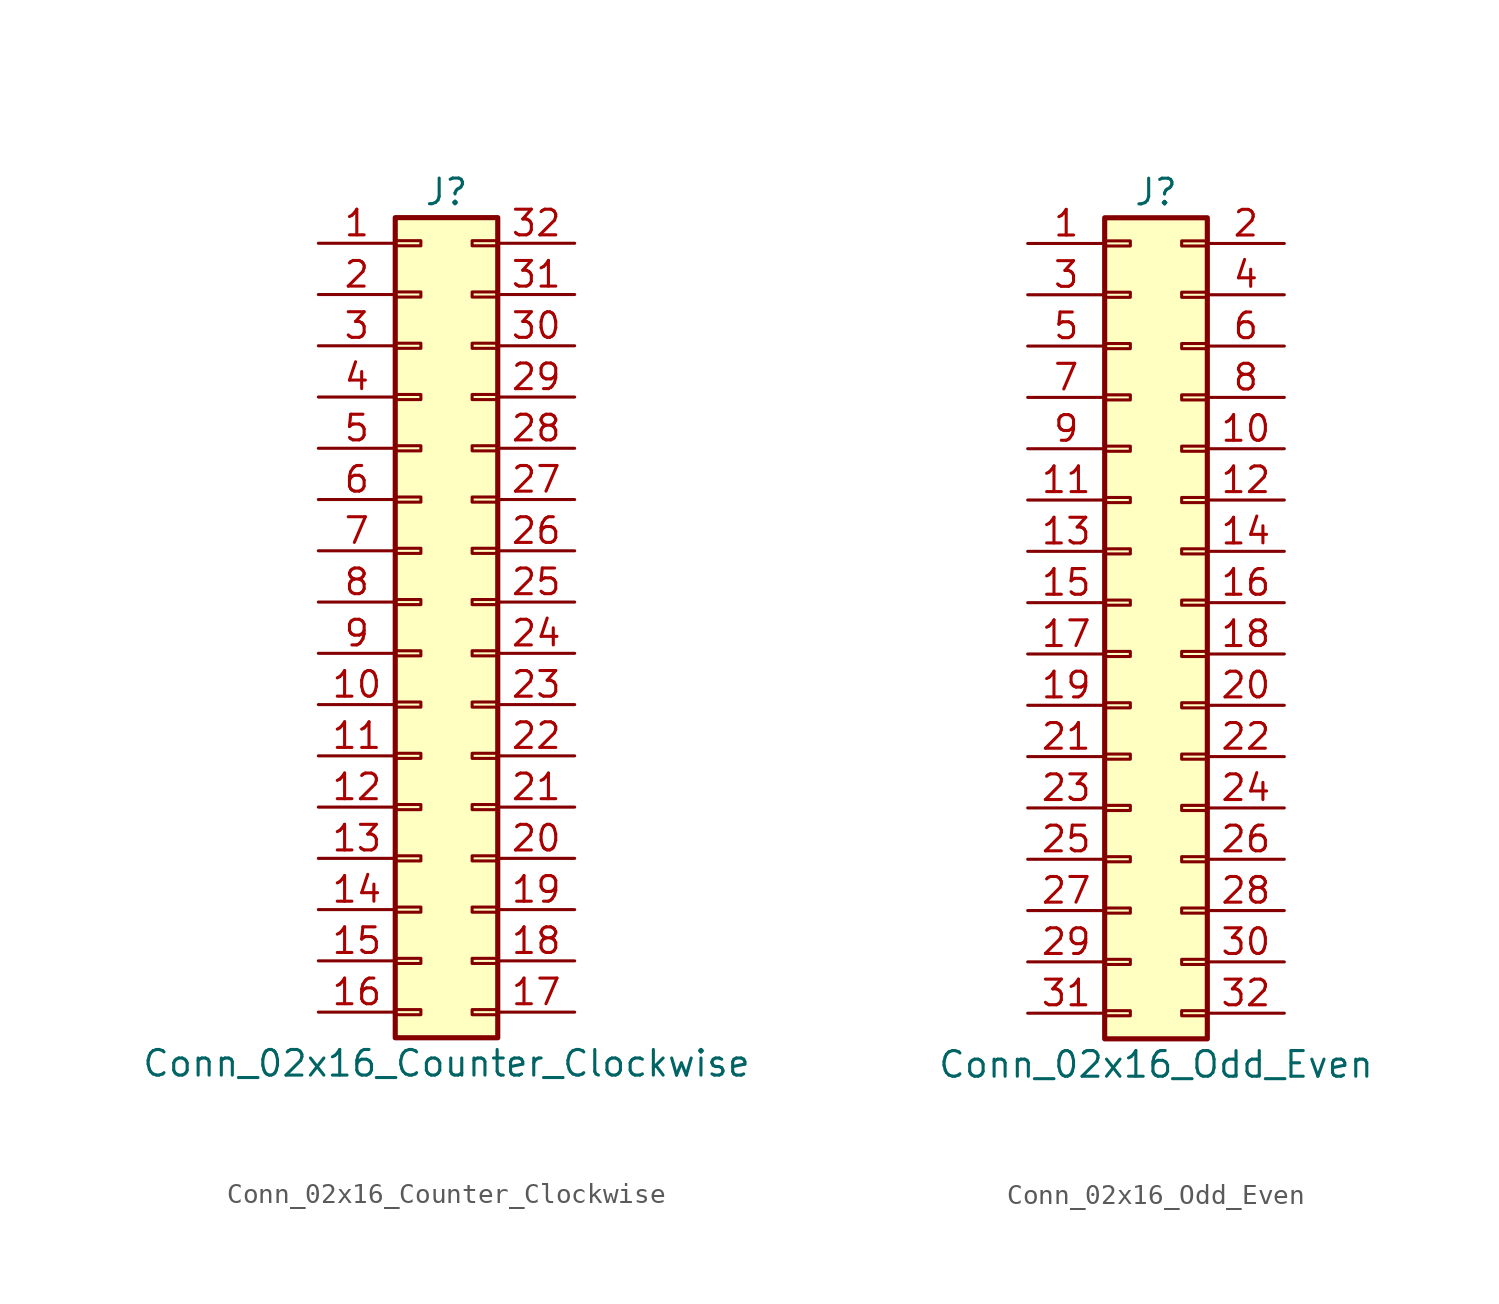
<source format=kicad_sym>
(kicad_symbol_lib
  (version 20220914)
  (generator kicad_symbol_editor)
  (symbol "Conn_02x16_Counter_Clockwise"
    (pin_names
      (offset 1.016) hide)
    (property "Reference" "J"
      (at 1.27 20.32 0)
      (effects (font (size 1.27 1.27))))
    (property "Value" "Conn_02x16_Counter_Clockwise"
      (at 1.27 -22.86 0)
      (effects (font (size 1.27 1.27))))
    (symbol "Conn_02x16_Counter_Clockwise_1_1"
      (rectangle (start -1.27 -20.193) (end 0 -20.447) (stroke (width 0.152) (type solid)) (fill (type none)))
      (rectangle (start -1.27 -17.653) (end 0 -17.907) (stroke (width 0.152) (type solid)) (fill (type none)))
      (rectangle (start -1.27 -15.113) (end 0 -15.367) (stroke (width 0.152) (type solid)) (fill (type none)))
      (rectangle (start -1.27 -12.573) (end 0 -12.827) (stroke (width 0.152) (type solid)) (fill (type none)))
      (rectangle (start -1.27 -10.033) (end 0 -10.287) (stroke (width 0.152) (type solid)) (fill (type none)))
      (rectangle (start -1.27 -7.493) (end 0 -7.747) (stroke (width 0.152) (type solid)) (fill (type none)))
      (rectangle (start -1.27 -4.953) (end 0 -5.207) (stroke (width 0.152) (type solid)) (fill (type none)))
      (rectangle (start -1.27 -2.413) (end 0 -2.667) (stroke (width 0.152) (type solid)) (fill (type none)))
      (rectangle (start -1.27 0.127) (end 0 -0.127) (stroke (width 0.152) (type solid)) (fill (type none)))
      (rectangle (start -1.27 2.667) (end 0 2.413) (stroke (width 0.152) (type solid)) (fill (type none)))
      (rectangle (start -1.27 5.207) (end 0 4.953) (stroke (width 0.152) (type solid)) (fill (type none)))
      (rectangle (start -1.27 7.747) (end 0 7.493) (stroke (width 0.152) (type solid)) (fill (type none)))
      (rectangle (start -1.27 10.287) (end 0 10.033) (stroke (width 0.152) (type solid)) (fill (type none)))
      (rectangle (start -1.27 12.827) (end 0 12.573) (stroke (width 0.152) (type solid)) (fill (type none)))
      (rectangle (start -1.27 15.367) (end 0 15.113) (stroke (width 0.152) (type solid)) (fill (type none)))
      (rectangle (start -1.27 17.907) (end 0 17.653) (stroke (width 0.152) (type solid)) (fill (type none)))
      (rectangle (start -1.27 19.05) (end 3.81 -21.59) (stroke (width 0.254) (type solid)) (fill (type background)))
      (rectangle (start 3.81 -20.193) (end 2.54 -20.447) (stroke (width 0.152) (type solid)) (fill (type none)))
      (rectangle (start 3.81 -17.653) (end 2.54 -17.907) (stroke (width 0.152) (type solid)) (fill (type none)))
      (rectangle (start 3.81 -15.113) (end 2.54 -15.367) (stroke (width 0.152) (type solid)) (fill (type none)))
      (rectangle (start 3.81 -12.573) (end 2.54 -12.827) (stroke (width 0.152) (type solid)) (fill (type none)))
      (rectangle (start 3.81 -10.033) (end 2.54 -10.287) (stroke (width 0.152) (type solid)) (fill (type none)))
      (rectangle (start 3.81 -7.493) (end 2.54 -7.747) (stroke (width 0.152) (type solid)) (fill (type none)))
      (rectangle (start 3.81 -4.953) (end 2.54 -5.207) (stroke (width 0.152) (type solid)) (fill (type none)))
      (rectangle (start 3.81 -2.413) (end 2.54 -2.667) (stroke (width 0.152) (type solid)) (fill (type none)))
      (rectangle (start 3.81 0.127) (end 2.54 -0.127) (stroke (width 0.152) (type solid)) (fill (type none)))
      (rectangle (start 3.81 2.667) (end 2.54 2.413) (stroke (width 0.152) (type solid)) (fill (type none)))
      (rectangle (start 3.81 5.207) (end 2.54 4.953) (stroke (width 0.152) (type solid)) (fill (type none)))
      (rectangle (start 3.81 7.747) (end 2.54 7.493) (stroke (width 0.152) (type solid)) (fill (type none)))
      (rectangle (start 3.81 10.287) (end 2.54 10.033) (stroke (width 0.152) (type solid)) (fill (type none)))
      (rectangle (start 3.81 12.827) (end 2.54 12.573) (stroke (width 0.152) (type solid)) (fill (type none)))
      (rectangle (start 3.81 15.367) (end 2.54 15.113) (stroke (width 0.152) (type solid)) (fill (type none)))
      (rectangle (start 3.81 17.907) (end 2.54 17.653) (stroke (width 0.152) (type solid)) (fill (type none)))
      (pin passive line (at -5.08 17.78 0) (length 3.81) (name "Pin_1" (effects (font (size 1.27 1.27)))) (number "1" (effects (font (size 1.27 1.27)))))
      (pin passive line (at -5.08 -5.08 0) (length 3.81) (name "Pin_10" (effects (font (size 1.27 1.27)))) (number "10" (effects (font (size 1.27 1.27)))))
      (pin passive line (at -5.08 -7.62 0) (length 3.81) (name "Pin_11" (effects (font (size 1.27 1.27)))) (number "11" (effects (font (size 1.27 1.27)))))
      (pin passive line (at -5.08 -10.16 0) (length 3.81) (name "Pin_12" (effects (font (size 1.27 1.27)))) (number "12" (effects (font (size 1.27 1.27)))))
      (pin passive line (at -5.08 -12.7 0) (length 3.81) (name "Pin_13" (effects (font (size 1.27 1.27)))) (number "13" (effects (font (size 1.27 1.27)))))
      (pin passive line (at -5.08 -15.24 0) (length 3.81) (name "Pin_14" (effects (font (size 1.27 1.27)))) (number "14" (effects (font (size 1.27 1.27)))))
      (pin passive line (at -5.08 -17.78 0) (length 3.81) (name "Pin_15" (effects (font (size 1.27 1.27)))) (number "15" (effects (font (size 1.27 1.27)))))
      (pin passive line (at -5.08 -20.32 0) (length 3.81) (name "Pin_16" (effects (font (size 1.27 1.27)))) (number "16" (effects (font (size 1.27 1.27)))))
      (pin passive line (at 7.62 -20.32 180) (length 3.81) (name "Pin_17" (effects (font (size 1.27 1.27)))) (number "17" (effects (font (size 1.27 1.27)))))
      (pin passive line (at 7.62 -17.78 180) (length 3.81) (name "Pin_18" (effects (font (size 1.27 1.27)))) (number "18" (effects (font (size 1.27 1.27)))))
      (pin passive line (at 7.62 -15.24 180) (length 3.81) (name "Pin_19" (effects (font (size 1.27 1.27)))) (number "19" (effects (font (size 1.27 1.27)))))
      (pin passive line (at -5.08 15.24 0) (length 3.81) (name "Pin_2" (effects (font (size 1.27 1.27)))) (number "2" (effects (font (size 1.27 1.27)))))
      (pin passive line (at 7.62 -12.7 180) (length 3.81) (name "Pin_20" (effects (font (size 1.27 1.27)))) (number "20" (effects (font (size 1.27 1.27)))))
      (pin passive line (at 7.62 -10.16 180) (length 3.81) (name "Pin_21" (effects (font (size 1.27 1.27)))) (number "21" (effects (font (size 1.27 1.27)))))
      (pin passive line (at 7.62 -7.62 180) (length 3.81) (name "Pin_22" (effects (font (size 1.27 1.27)))) (number "22" (effects (font (size 1.27 1.27)))))
      (pin passive line (at 7.62 -5.08 180) (length 3.81) (name "Pin_23" (effects (font (size 1.27 1.27)))) (number "23" (effects (font (size 1.27 1.27)))))
      (pin passive line (at 7.62 -2.54 180) (length 3.81) (name "Pin_24" (effects (font (size 1.27 1.27)))) (number "24" (effects (font (size 1.27 1.27)))))
      (pin passive line (at 7.62 0 180) (length 3.81) (name "Pin_25" (effects (font (size 1.27 1.27)))) (number "25" (effects (font (size 1.27 1.27)))))
      (pin passive line (at 7.62 2.54 180) (length 3.81) (name "Pin_26" (effects (font (size 1.27 1.27)))) (number "26" (effects (font (size 1.27 1.27)))))
      (pin passive line (at 7.62 5.08 180) (length 3.81) (name "Pin_27" (effects (font (size 1.27 1.27)))) (number "27" (effects (font (size 1.27 1.27)))))
      (pin passive line (at 7.62 7.62 180) (length 3.81) (name "Pin_28" (effects (font (size 1.27 1.27)))) (number "28" (effects (font (size 1.27 1.27)))))
      (pin passive line (at 7.62 10.16 180) (length 3.81) (name "Pin_29" (effects (font (size 1.27 1.27)))) (number "29" (effects (font (size 1.27 1.27)))))
      (pin passive line (at -5.08 12.7 0) (length 3.81) (name "Pin_3" (effects (font (size 1.27 1.27)))) (number "3" (effects (font (size 1.27 1.27)))))
      (pin passive line (at 7.62 12.7 180) (length 3.81) (name "Pin_30" (effects (font (size 1.27 1.27)))) (number "30" (effects (font (size 1.27 1.27)))))
      (pin passive line (at 7.62 15.24 180) (length 3.81) (name "Pin_31" (effects (font (size 1.27 1.27)))) (number "31" (effects (font (size 1.27 1.27)))))
      (pin passive line (at 7.62 17.78 180) (length 3.81) (name "Pin_32" (effects (font (size 1.27 1.27)))) (number "32" (effects (font (size 1.27 1.27)))))
      (pin passive line (at -5.08 10.16 0) (length 3.81) (name "Pin_4" (effects (font (size 1.27 1.27)))) (number "4" (effects (font (size 1.27 1.27)))))
      (pin passive line (at -5.08 7.62 0) (length 3.81) (name "Pin_5" (effects (font (size 1.27 1.27)))) (number "5" (effects (font (size 1.27 1.27)))))
      (pin passive line (at -5.08 5.08 0) (length 3.81) (name "Pin_6" (effects (font (size 1.27 1.27)))) (number "6" (effects (font (size 1.27 1.27)))))
      (pin passive line (at -5.08 2.54 0) (length 3.81) (name "Pin_7" (effects (font (size 1.27 1.27)))) (number "7" (effects (font (size 1.27 1.27)))))
      (pin passive line (at -5.08 0 0) (length 3.81) (name "Pin_8" (effects (font (size 1.27 1.27)))) (number "8" (effects (font (size 1.27 1.27)))))
      (pin passive line (at -5.08 -2.54 0) (length 3.81) (name "Pin_9" (effects (font (size 1.27 1.27)))) (number "9" (effects (font (size 1.27 1.27)))))))
  (symbol "Conn_02x16_Odd_Even"
    (pin_names
      (offset 1.016) hide)
    (property "Reference" "J"
      (at 1.27 20.32 0)
      (effects (font (size 1.27 1.27))))
    (property "Value" "Conn_02x16_Odd_Even"
      (at 1.27 -22.86 0)
      (effects (font (size 1.27 1.27))))
    (symbol "Conn_02x16_Odd_Even_1_1"
      (rectangle (start -1.27 -20.193) (end 0 -20.447) (stroke (width 0.152) (type solid)) (fill (type none)))
      (rectangle (start -1.27 -17.653) (end 0 -17.907) (stroke (width 0.152) (type solid)) (fill (type none)))
      (rectangle (start -1.27 -15.113) (end 0 -15.367) (stroke (width 0.152) (type solid)) (fill (type none)))
      (rectangle (start -1.27 -12.573) (end 0 -12.827) (stroke (width 0.152) (type solid)) (fill (type none)))
      (rectangle (start -1.27 -10.033) (end 0 -10.287) (stroke (width 0.152) (type solid)) (fill (type none)))
      (rectangle (start -1.27 -7.493) (end 0 -7.747) (stroke (width 0.152) (type solid)) (fill (type none)))
      (rectangle (start -1.27 -4.953) (end 0 -5.207) (stroke (width 0.152) (type solid)) (fill (type none)))
      (rectangle (start -1.27 -2.413) (end 0 -2.667) (stroke (width 0.152) (type solid)) (fill (type none)))
      (rectangle (start -1.27 0.127) (end 0 -0.127) (stroke (width 0.152) (type solid)) (fill (type none)))
      (rectangle (start -1.27 2.667) (end 0 2.413) (stroke (width 0.152) (type solid)) (fill (type none)))
      (rectangle (start -1.27 5.207) (end 0 4.953) (stroke (width 0.152) (type solid)) (fill (type none)))
      (rectangle (start -1.27 7.747) (end 0 7.493) (stroke (width 0.152) (type solid)) (fill (type none)))
      (rectangle (start -1.27 10.287) (end 0 10.033) (stroke (width 0.152) (type solid)) (fill (type none)))
      (rectangle (start -1.27 12.827) (end 0 12.573) (stroke (width 0.152) (type solid)) (fill (type none)))
      (rectangle (start -1.27 15.367) (end 0 15.113) (stroke (width 0.152) (type solid)) (fill (type none)))
      (rectangle (start -1.27 17.907) (end 0 17.653) (stroke (width 0.152) (type solid)) (fill (type none)))
      (rectangle (start -1.27 19.05) (end 3.81 -21.59) (stroke (width 0.254) (type solid)) (fill (type background)))
      (rectangle (start 3.81 -20.193) (end 2.54 -20.447) (stroke (width 0.152) (type solid)) (fill (type none)))
      (rectangle (start 3.81 -17.653) (end 2.54 -17.907) (stroke (width 0.152) (type solid)) (fill (type none)))
      (rectangle (start 3.81 -15.113) (end 2.54 -15.367) (stroke (width 0.152) (type solid)) (fill (type none)))
      (rectangle (start 3.81 -12.573) (end 2.54 -12.827) (stroke (width 0.152) (type solid)) (fill (type none)))
      (rectangle (start 3.81 -10.033) (end 2.54 -10.287) (stroke (width 0.152) (type solid)) (fill (type none)))
      (rectangle (start 3.81 -7.493) (end 2.54 -7.747) (stroke (width 0.152) (type solid)) (fill (type none)))
      (rectangle (start 3.81 -4.953) (end 2.54 -5.207) (stroke (width 0.152) (type solid)) (fill (type none)))
      (rectangle (start 3.81 -2.413) (end 2.54 -2.667) (stroke (width 0.152) (type solid)) (fill (type none)))
      (rectangle (start 3.81 0.127) (end 2.54 -0.127) (stroke (width 0.152) (type solid)) (fill (type none)))
      (rectangle (start 3.81 2.667) (end 2.54 2.413) (stroke (width 0.152) (type solid)) (fill (type none)))
      (rectangle (start 3.81 5.207) (end 2.54 4.953) (stroke (width 0.152) (type solid)) (fill (type none)))
      (rectangle (start 3.81 7.747) (end 2.54 7.493) (stroke (width 0.152) (type solid)) (fill (type none)))
      (rectangle (start 3.81 10.287) (end 2.54 10.033) (stroke (width 0.152) (type solid)) (fill (type none)))
      (rectangle (start 3.81 12.827) (end 2.54 12.573) (stroke (width 0.152) (type solid)) (fill (type none)))
      (rectangle (start 3.81 15.367) (end 2.54 15.113) (stroke (width 0.152) (type solid)) (fill (type none)))
      (rectangle (start 3.81 17.907) (end 2.54 17.653) (stroke (width 0.152) (type solid)) (fill (type none)))
      (pin passive line (at -5.08 17.78 0) (length 3.81) (name "Pin_1" (effects (font (size 1.27 1.27)))) (number "1" (effects (font (size 1.27 1.27)))))
      (pin passive line (at 7.62 7.62 180) (length 3.81) (name "Pin_10" (effects (font (size 1.27 1.27)))) (number "10" (effects (font (size 1.27 1.27)))))
      (pin passive line (at -5.08 5.08 0) (length 3.81) (name "Pin_11" (effects (font (size 1.27 1.27)))) (number "11" (effects (font (size 1.27 1.27)))))
      (pin passive line (at 7.62 5.08 180) (length 3.81) (name "Pin_12" (effects (font (size 1.27 1.27)))) (number "12" (effects (font (size 1.27 1.27)))))
      (pin passive line (at -5.08 2.54 0) (length 3.81) (name "Pin_13" (effects (font (size 1.27 1.27)))) (number "13" (effects (font (size 1.27 1.27)))))
      (pin passive line (at 7.62 2.54 180) (length 3.81) (name "Pin_14" (effects (font (size 1.27 1.27)))) (number "14" (effects (font (size 1.27 1.27)))))
      (pin passive line (at -5.08 0 0) (length 3.81) (name "Pin_15" (effects (font (size 1.27 1.27)))) (number "15" (effects (font (size 1.27 1.27)))))
      (pin passive line (at 7.62 0 180) (length 3.81) (name "Pin_16" (effects (font (size 1.27 1.27)))) (number "16" (effects (font (size 1.27 1.27)))))
      (pin passive line (at -5.08 -2.54 0) (length 3.81) (name "Pin_17" (effects (font (size 1.27 1.27)))) (number "17" (effects (font (size 1.27 1.27)))))
      (pin passive line (at 7.62 -2.54 180) (length 3.81) (name "Pin_18" (effects (font (size 1.27 1.27)))) (number "18" (effects (font (size 1.27 1.27)))))
      (pin passive line (at -5.08 -5.08 0) (length 3.81) (name "Pin_19" (effects (font (size 1.27 1.27)))) (number "19" (effects (font (size 1.27 1.27)))))
      (pin passive line (at 7.62 17.78 180) (length 3.81) (name "Pin_2" (effects (font (size 1.27 1.27)))) (number "2" (effects (font (size 1.27 1.27)))))
      (pin passive line (at 7.62 -5.08 180) (length 3.81) (name "Pin_20" (effects (font (size 1.27 1.27)))) (number "20" (effects (font (size 1.27 1.27)))))
      (pin passive line (at -5.08 -7.62 0) (length 3.81) (name "Pin_21" (effects (font (size 1.27 1.27)))) (number "21" (effects (font (size 1.27 1.27)))))
      (pin passive line (at 7.62 -7.62 180) (length 3.81) (name "Pin_22" (effects (font (size 1.27 1.27)))) (number "22" (effects (font (size 1.27 1.27)))))
      (pin passive line (at -5.08 -10.16 0) (length 3.81) (name "Pin_23" (effects (font (size 1.27 1.27)))) (number "23" (effects (font (size 1.27 1.27)))))
      (pin passive line (at 7.62 -10.16 180) (length 3.81) (name "Pin_24" (effects (font (size 1.27 1.27)))) (number "24" (effects (font (size 1.27 1.27)))))
      (pin passive line (at -5.08 -12.7 0) (length 3.81) (name "Pin_25" (effects (font (size 1.27 1.27)))) (number "25" (effects (font (size 1.27 1.27)))))
      (pin passive line (at 7.62 -12.7 180) (length 3.81) (name "Pin_26" (effects (font (size 1.27 1.27)))) (number "26" (effects (font (size 1.27 1.27)))))
      (pin passive line (at -5.08 -15.24 0) (length 3.81) (name "Pin_27" (effects (font (size 1.27 1.27)))) (number "27" (effects (font (size 1.27 1.27)))))
      (pin passive line (at 7.62 -15.24 180) (length 3.81) (name "Pin_28" (effects (font (size 1.27 1.27)))) (number "28" (effects (font (size 1.27 1.27)))))
      (pin passive line (at -5.08 -17.78 0) (length 3.81) (name "Pin_29" (effects (font (size 1.27 1.27)))) (number "29" (effects (font (size 1.27 1.27)))))
      (pin passive line (at -5.08 15.24 0) (length 3.81) (name "Pin_3" (effects (font (size 1.27 1.27)))) (number "3" (effects (font (size 1.27 1.27)))))
      (pin passive line (at 7.62 -17.78 180) (length 3.81) (name "Pin_30" (effects (font (size 1.27 1.27)))) (number "30" (effects (font (size 1.27 1.27)))))
      (pin passive line (at -5.08 -20.32 0) (length 3.81) (name "Pin_31" (effects (font (size 1.27 1.27)))) (number "31" (effects (font (size 1.27 1.27)))))
      (pin passive line (at 7.62 -20.32 180) (length 3.81) (name "Pin_32" (effects (font (size 1.27 1.27)))) (number "32" (effects (font (size 1.27 1.27)))))
      (pin passive line (at 7.62 15.24 180) (length 3.81) (name "Pin_4" (effects (font (size 1.27 1.27)))) (number "4" (effects (font (size 1.27 1.27)))))
      (pin passive line (at -5.08 12.7 0) (length 3.81) (name "Pin_5" (effects (font (size 1.27 1.27)))) (number "5" (effects (font (size 1.27 1.27)))))
      (pin passive line (at 7.62 12.7 180) (length 3.81) (name "Pin_6" (effects (font (size 1.27 1.27)))) (number "6" (effects (font (size 1.27 1.27)))))
      (pin passive line (at -5.08 10.16 0) (length 3.81) (name "Pin_7" (effects (font (size 1.27 1.27)))) (number "7" (effects (font (size 1.27 1.27)))))
      (pin passive line (at 7.62 10.16 180) (length 3.81) (name "Pin_8" (effects (font (size 1.27 1.27)))) (number "8" (effects (font (size 1.27 1.27)))))
      (pin passive line (at -5.08 7.62 0) (length 3.81) (name "Pin_9" (effects (font (size 1.27 1.27)))) (number "9" (effects (font (size 1.27 1.27))))))))
</source>
